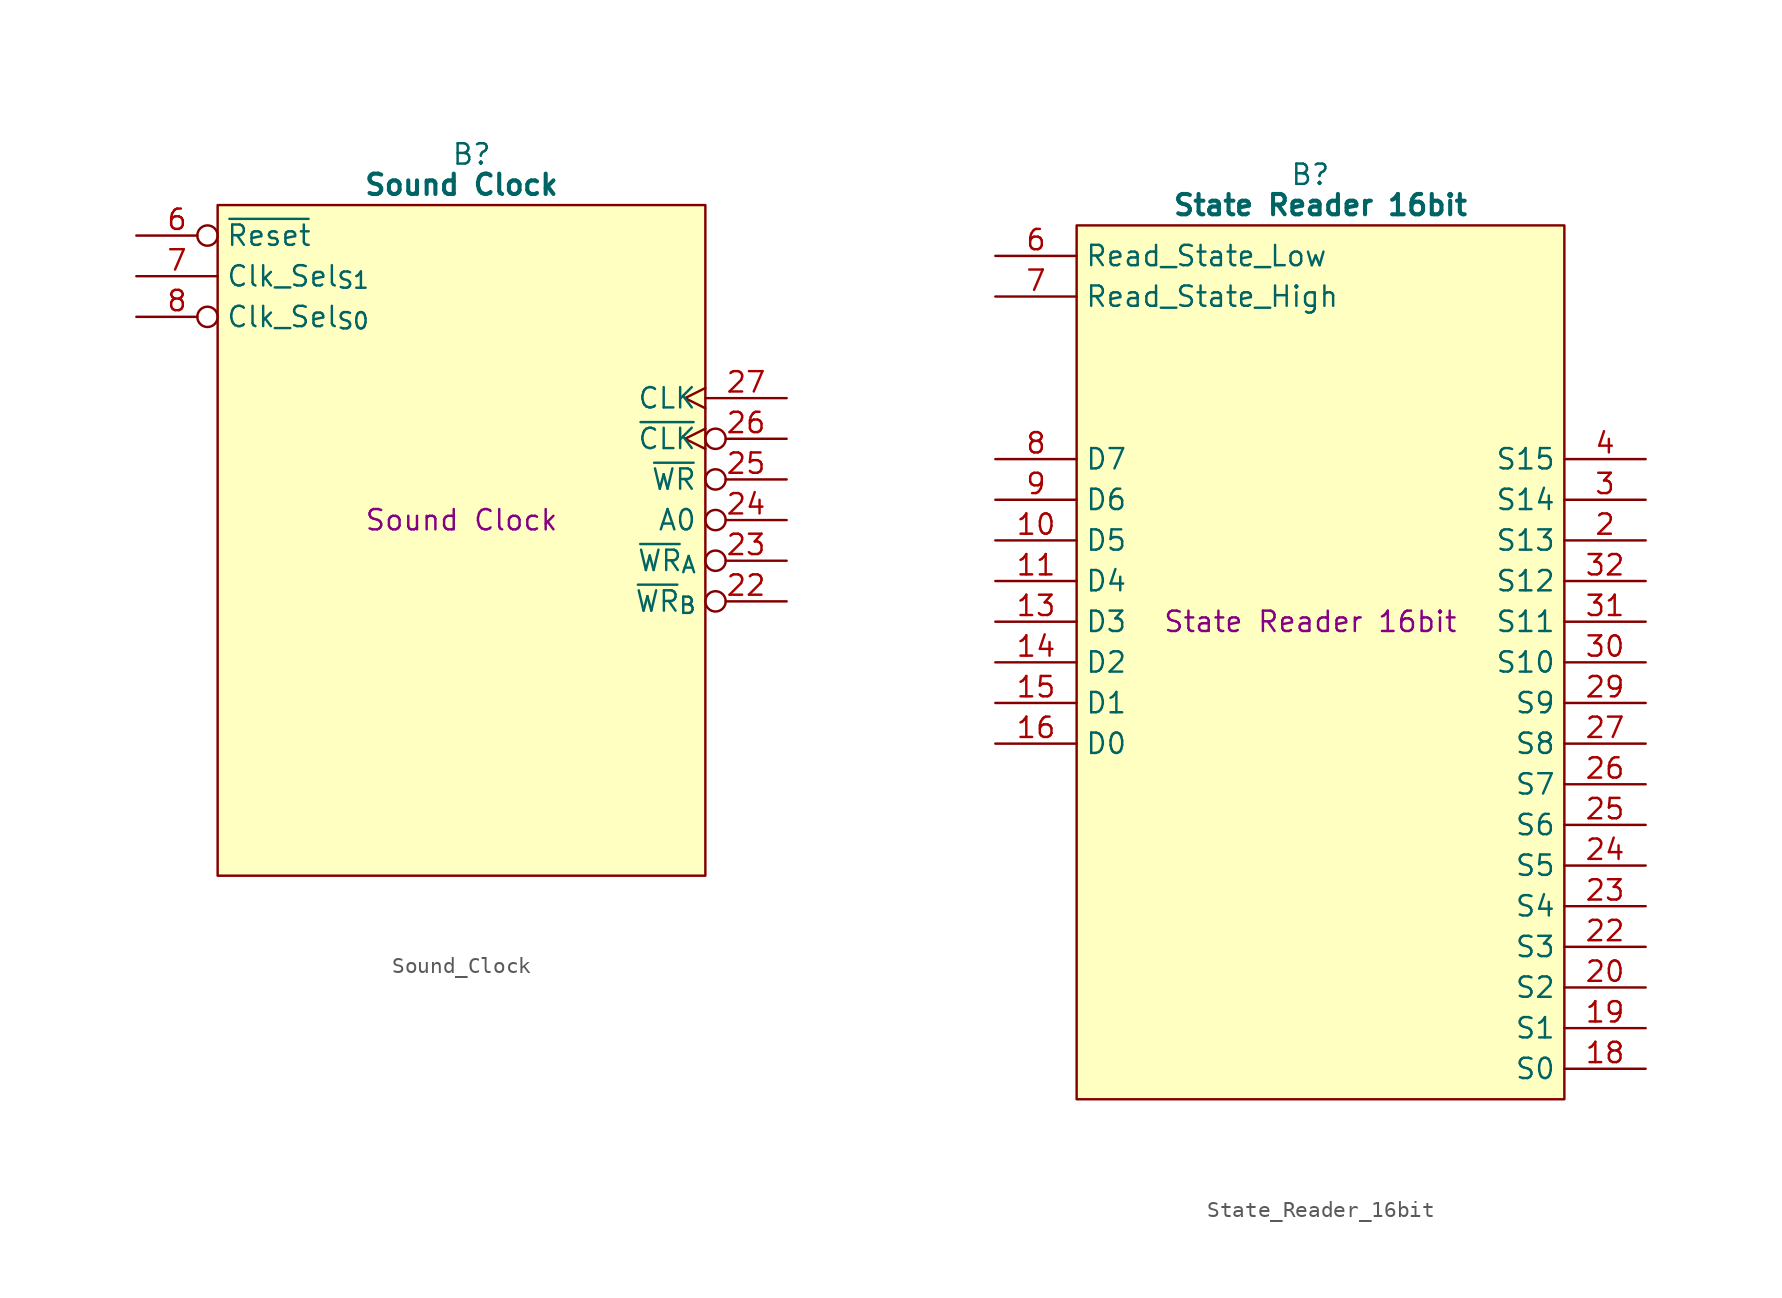
<source format=kicad_sym>
(kicad_symbol_lib
  (version 20220914)
  (generator kicad_symbol_editor)
  (symbol "Sound_Clock"
    (property "Reference" "B"
      (at 15.875 5.08 0)
      (effects (font (size 1.27 1.27))))
    (property "Value" "Sound Clock"
      (at 15.24 3.175 0)
      (effects (font (size 1.27 1.27) bold)))
    (property "Description" "Sound Clock"
      (at 15.24 -17.78 0)
      (effects (font (size 1.27 1.27))))
    (symbol "Sound_Clock_0_1"
      (polyline (pts (xy 0 1.905) (xy 30.48 1.905) (xy 30.48 -40.005) (xy 0 -40.005) (xy 0 1.905)) (stroke (width 0.152) (type default)) (fill (type background))))
    (symbol "Sound_Clock_1_1"
      (pin passive line (at -5.08 -35.56 0) (length 5.08) hide (name "5V" (effects (font (size 1.27 1.27)))) (number "1" (effects (font (size 1.27 1.27)))))
      (pin no_connect line (at -5.08 -17.78 0) (length 5.08) hide (name "N.C." (effects (font (size 1.27 1.27)))) (number "10" (effects (font (size 1.27 1.27)))))
      (pin no_connect line (at -5.08 -20.32 0) (length 5.08) hide (name "N.C." (effects (font (size 1.27 1.27)))) (number "11" (effects (font (size 1.27 1.27)))))
      (pin passive line (at 35.56 -2.54 180) (length 5.08) hide (name "GND" (effects (font (size 1.27 1.27)))) (number "12" (effects (font (size 1.27 1.27)))))
      (pin no_connect line (at -5.08 -22.86 0) (length 5.08) hide (name "N.C." (effects (font (size 1.27 1.27)))) (number "13" (effects (font (size 1.27 1.27)))))
      (pin no_connect line (at -5.08 -25.4 0) (length 5.08) hide (name "N.C." (effects (font (size 1.27 1.27)))) (number "14" (effects (font (size 1.27 1.27)))))
      (pin no_connect line (at -5.08 -27.94 0) (length 5.08) hide (name "N.C." (effects (font (size 1.27 1.27)))) (number "15" (effects (font (size 1.27 1.27)))))
      (pin no_connect line (at -5.08 -30.48 0) (length 5.08) hide (name "N.C." (effects (font (size 1.27 1.27)))) (number "16" (effects (font (size 1.27 1.27)))))
      (pin passive line (at -5.08 -38.1 0) (length 5.08) hide (name "5V" (effects (font (size 1.27 1.27)))) (number "17" (effects (font (size 1.27 1.27)))))
      (pin no_connect line (at -5.08 -33.02 0) (length 5.08) hide (name "N.C." (effects (font (size 1.27 1.27)))) (number "18" (effects (font (size 1.27 1.27)))))
      (pin no_connect line (at 35.56 -25.4 180) (length 5.08) hide (name "N.C." (effects (font (size 1.27 1.27)))) (number "19" (effects (font (size 1.27 1.27)))))
      (pin no_connect line (at -5.08 -7.62 0) (length 5.08) hide (name "N.C." (effects (font (size 1.27 1.27)))) (number "2" (effects (font (size 1.27 1.27)))))
      (pin no_connect line (at 35.56 -27.94 180) (length 5.08) hide (name "N.C." (effects (font (size 1.27 1.27)))) (number "20" (effects (font (size 1.27 1.27)))))
      (pin passive line (at 35.56 -5.08 180) (length 5.08) hide (name "GND" (effects (font (size 1.27 1.27)))) (number "21" (effects (font (size 1.27 1.27)))))
      (pin output inverted (at 35.56 -22.86 180) (length 5.08) (name "~{WR}_{B}" (effects (font (size 1.27 1.27)))) (number "22" (effects (font (size 1.27 1.27)))))
      (pin output inverted (at 35.56 -20.32 180) (length 5.08) (name "~{WR}_{A}" (effects (font (size 1.27 1.27)))) (number "23" (effects (font (size 1.27 1.27)))))
      (pin output inverted (at 35.56 -17.78 180) (length 5.08) (name "A0" (effects (font (size 1.27 1.27)))) (number "24" (effects (font (size 1.27 1.27)))))
      (pin output inverted (at 35.56 -15.24 180) (length 5.08) (name "~{WR}" (effects (font (size 1.27 1.27)))) (number "25" (effects (font (size 1.27 1.27)))))
      (pin output inverted_clock (at 35.56 -12.7 180) (length 5.08) (name "~{CLK}" (effects (font (size 1.27 1.27)))) (number "26" (effects (font (size 1.27 1.27)))))
      (pin output clock (at 35.56 -10.16 180) (length 5.08) (name "CLK" (effects (font (size 1.27 1.27)))) (number "27" (effects (font (size 1.27 1.27)))))
      (pin passive line (at 35.56 -7.62 180) (length 5.08) hide (name "GND" (effects (font (size 1.27 1.27)))) (number "28" (effects (font (size 1.27 1.27)))))
      (pin no_connect inverted (at 35.56 -30.48 180) (length 5.08) hide (name "N.C." (effects (font (size 1.27 1.27)))) (number "29" (effects (font (size 1.27 1.27)))))
      (pin no_connect line (at -5.08 -10.16 0) (length 5.08) hide (name "N.C." (effects (font (size 1.27 1.27)))) (number "3" (effects (font (size 1.27 1.27)))))
      (pin no_connect line (at 35.56 -33.02 180) (length 5.08) hide (name "N.C." (effects (font (size 1.27 1.27)))) (number "30" (effects (font (size 1.27 1.27)))))
      (pin no_connect line (at 35.56 -35.56 180) (length 5.08) hide (name "N.C." (effects (font (size 1.27 1.27)))) (number "31" (effects (font (size 1.27 1.27)))))
      (pin no_connect line (at 35.56 -38.1 180) (length 5.08) hide (name "N.C." (effects (font (size 1.27 1.27)))) (number "32" (effects (font (size 1.27 1.27)))))
      (pin no_connect line (at -5.08 -12.7 0) (length 5.08) hide (name "N.C." (effects (font (size 1.27 1.27)))) (number "4" (effects (font (size 1.27 1.27)))))
      (pin passive line (at 35.56 0 180) (length 5.08) hide (name "GND" (effects (font (size 1.27 1.27)))) (number "5" (effects (font (size 1.27 1.27)))))
      (pin input inverted (at -5.08 0 0) (length 5.08) (name "~{Reset}" (effects (font (size 1.27 1.27)))) (number "6" (effects (font (size 1.27 1.27)))))
      (pin input line (at -5.08 -2.54 0) (length 5.08) (name "Clk_Sel_{S1}" (effects (font (size 1.27 1.27)))) (number "7" (effects (font (size 1.27 1.27)))))
      (pin input inverted (at -5.08 -5.08 0) (length 5.08) (name "Clk_Sel_{S0}" (effects (font (size 1.27 1.27)))) (number "8" (effects (font (size 1.27 1.27)))))
      (pin no_connect line (at -5.08 -15.24 0) (length 5.08) hide (name "N.C." (effects (font (size 1.27 1.27)))) (number "9" (effects (font (size 1.27 1.27)))))))
  (symbol "State_Reader_16bit"
    (property "Reference" "B"
      (at 19.685 5.08 0)
      (effects (font (size 1.27 1.27))))
    (property "Value" "State Reader 16bit"
      (at 20.32 3.175 0)
      (effects (font (size 1.27 1.27) bold)))
    (property "Description" "State Reader 16bit"
      (at 19.685 -22.86 0)
      (effects (font (size 1.27 1.27))))
    (symbol "State_Reader_16bit_0_1"
      (polyline (pts (xy 5.08 1.905) (xy 35.56 1.905) (xy 35.56 -52.705) (xy 5.08 -52.705) (xy 5.08 1.905)) (stroke (width 0.152) (type default)) (fill (type background))))
    (symbol "State_Reader_16bit_1_1"
      (pin passive line (at 0 -48.26 0) (length 5.08) hide (name "5V" (effects (font (size 1.27 1.27)))) (number "1" (effects (font (size 1.27 1.27)))))
      (pin tri_state line (at 0 -17.78 0) (length 5.08) (name "D5" (effects (font (size 1.27 1.27)))) (number "10" (effects (font (size 1.27 1.27)))))
      (pin tri_state line (at 0 -20.32 0) (length 5.08) (name "D4" (effects (font (size 1.27 1.27)))) (number "11" (effects (font (size 1.27 1.27)))))
      (pin passive line (at 40.64 -2.54 180) (length 5.08) hide (name "GND" (effects (font (size 1.27 1.27)))) (number "12" (effects (font (size 1.27 1.27)))))
      (pin tri_state line (at 0 -22.86 0) (length 5.08) (name "D3" (effects (font (size 1.27 1.27)))) (number "13" (effects (font (size 1.27 1.27)))))
      (pin tri_state line (at 0 -25.4 0) (length 5.08) (name "D2" (effects (font (size 1.27 1.27)))) (number "14" (effects (font (size 1.27 1.27)))))
      (pin tri_state line (at 0 -27.94 0) (length 5.08) (name "D1" (effects (font (size 1.27 1.27)))) (number "15" (effects (font (size 1.27 1.27)))))
      (pin tri_state line (at 0 -30.48 0) (length 5.08) (name "D0" (effects (font (size 1.27 1.27)))) (number "16" (effects (font (size 1.27 1.27)))))
      (pin passive line (at 0 -50.8 0) (length 5.08) hide (name "5V" (effects (font (size 1.27 1.27)))) (number "17" (effects (font (size 1.27 1.27)))))
      (pin input line (at 40.64 -50.8 180) (length 5.08) (name "S0" (effects (font (size 1.27 1.27)))) (number "18" (effects (font (size 1.27 1.27)))))
      (pin input line (at 40.64 -48.26 180) (length 5.08) (name "S1" (effects (font (size 1.27 1.27)))) (number "19" (effects (font (size 1.27 1.27)))))
      (pin input line (at 40.64 -17.78 180) (length 5.08) (name "S13" (effects (font (size 1.27 1.27)))) (number "2" (effects (font (size 1.27 1.27)))))
      (pin input line (at 40.64 -45.72 180) (length 5.08) (name "S2" (effects (font (size 1.27 1.27)))) (number "20" (effects (font (size 1.27 1.27)))))
      (pin passive line (at 40.64 -5.08 180) (length 5.08) hide (name "GND" (effects (font (size 1.27 1.27)))) (number "21" (effects (font (size 1.27 1.27)))))
      (pin input line (at 40.64 -43.18 180) (length 5.08) (name "S3" (effects (font (size 1.27 1.27)))) (number "22" (effects (font (size 1.27 1.27)))))
      (pin input line (at 40.64 -40.64 180) (length 5.08) (name "S4" (effects (font (size 1.27 1.27)))) (number "23" (effects (font (size 1.27 1.27)))))
      (pin input line (at 40.64 -38.1 180) (length 5.08) (name "S5" (effects (font (size 1.27 1.27)))) (number "24" (effects (font (size 1.27 1.27)))))
      (pin input line (at 40.64 -35.56 180) (length 5.08) (name "S6" (effects (font (size 1.27 1.27)))) (number "25" (effects (font (size 1.27 1.27)))))
      (pin input line (at 40.64 -33.02 180) (length 5.08) (name "S7" (effects (font (size 1.27 1.27)))) (number "26" (effects (font (size 1.27 1.27)))))
      (pin input line (at 40.64 -30.48 180) (length 5.08) (name "S8" (effects (font (size 1.27 1.27)))) (number "27" (effects (font (size 1.27 1.27)))))
      (pin passive line (at 40.64 -7.62 180) (length 5.08) hide (name "GND" (effects (font (size 1.27 1.27)))) (number "28" (effects (font (size 1.27 1.27)))))
      (pin input line (at 40.64 -27.94 180) (length 5.08) (name "S9" (effects (font (size 1.27 1.27)))) (number "29" (effects (font (size 1.27 1.27)))))
      (pin input line (at 40.64 -15.24 180) (length 5.08) (name "S14" (effects (font (size 1.27 1.27)))) (number "3" (effects (font (size 1.27 1.27)))))
      (pin input line (at 40.64 -25.4 180) (length 5.08) (name "S10" (effects (font (size 1.27 1.27)))) (number "30" (effects (font (size 1.27 1.27)))))
      (pin input line (at 40.64 -22.86 180) (length 5.08) (name "S11" (effects (font (size 1.27 1.27)))) (number "31" (effects (font (size 1.27 1.27)))))
      (pin input line (at 40.64 -20.32 180) (length 5.08) (name "S12" (effects (font (size 1.27 1.27)))) (number "32" (effects (font (size 1.27 1.27)))))
      (pin input line (at 40.64 -12.7 180) (length 5.08) (name "S15" (effects (font (size 1.27 1.27)))) (number "4" (effects (font (size 1.27 1.27)))))
      (pin passive line (at 40.64 0 180) (length 5.08) hide (name "GND" (effects (font (size 1.27 1.27)))) (number "5" (effects (font (size 1.27 1.27)))))
      (pin input line (at 0 0 0) (length 5.08) (name "Read_State_Low" (effects (font (size 1.27 1.27)))) (number "6" (effects (font (size 1.27 1.27)))))
      (pin input line (at 0 -2.54 0) (length 5.08) (name "Read_State_High" (effects (font (size 1.27 1.27)))) (number "7" (effects (font (size 1.27 1.27)))))
      (pin tri_state line (at 0 -12.7 0) (length 5.08) (name "D7" (effects (font (size 1.27 1.27)))) (number "8" (effects (font (size 1.27 1.27)))))
      (pin tri_state line (at 0 -15.24 0) (length 5.08) (name "D6" (effects (font (size 1.27 1.27)))) (number "9" (effects (font (size 1.27 1.27))))))))
</source>
